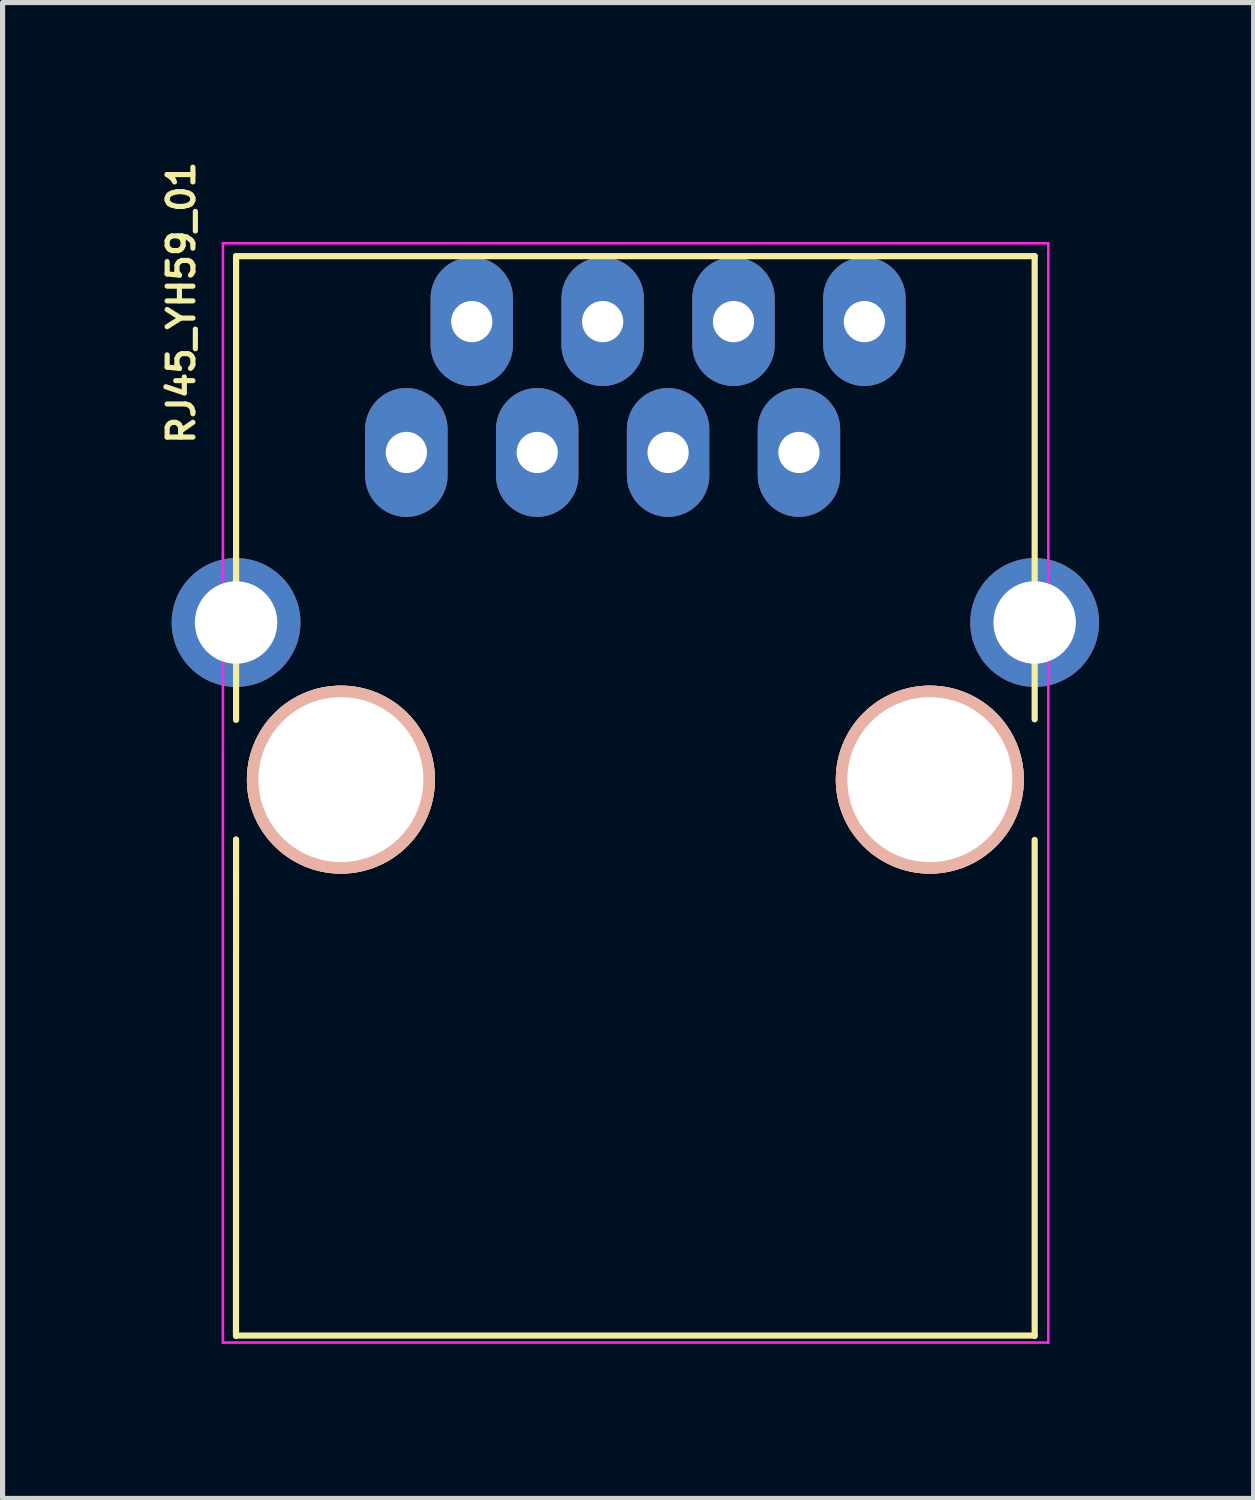
<source format=kicad_pcb>
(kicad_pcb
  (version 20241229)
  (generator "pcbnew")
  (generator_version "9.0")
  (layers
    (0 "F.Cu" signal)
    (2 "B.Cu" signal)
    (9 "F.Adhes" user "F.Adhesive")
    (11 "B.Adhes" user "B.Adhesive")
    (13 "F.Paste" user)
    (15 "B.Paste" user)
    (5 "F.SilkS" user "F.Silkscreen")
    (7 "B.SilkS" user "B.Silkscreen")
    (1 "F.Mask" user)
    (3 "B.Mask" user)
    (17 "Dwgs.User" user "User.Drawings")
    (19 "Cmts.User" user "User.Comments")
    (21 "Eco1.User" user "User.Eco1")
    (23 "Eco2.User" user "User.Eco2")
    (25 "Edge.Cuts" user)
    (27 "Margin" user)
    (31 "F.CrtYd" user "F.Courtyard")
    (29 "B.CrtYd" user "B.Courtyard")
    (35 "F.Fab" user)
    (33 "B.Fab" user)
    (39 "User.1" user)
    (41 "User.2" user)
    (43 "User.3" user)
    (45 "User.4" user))
  (footprint "RJ45_YH59_01"
    (layer "F.Cu")
    (at 4.832 5.736)
    (property "Reference" "RJ45_YH59_01" (at -4.364 -2.91 270) (layer "F.SilkS") (effects (font (size 0.5 0.5) (thickness 0.1))))
    (attr through_hole)
    (fp_line (start -3.3 -3.814) (end -3.3 5.186) (stroke (width 0.12) (type solid)) (layer "F.SilkS"))
    (fp_line (start -3.3 7.506) (end -3.302 17.145) (stroke (width 0.12) (type solid)) (layer "F.SilkS"))
    (fp_line (start -3.3 17.136) (end 12.2 17.136) (stroke (width 0.12) (type solid)) (layer "F.SilkS"))
    (fp_line (start 12.2 -3.814) (end -3.3 -3.814) (stroke (width 0.12) (type solid)) (layer "F.SilkS"))
    (fp_line (start 12.2 -3.814) (end 12.2 5.176) (stroke (width 0.12) (type solid)) (layer "F.SilkS"))
    (fp_line (start 12.2 7.516) (end 12.2 17.145) (stroke (width 0.12) (type solid)) (layer "F.SilkS"))
    (fp_line (start -3.555 -4.064) (end -3.556 17.272) (stroke (width 0.05) (type solid)) (layer "F.CrtYd"))
    (fp_line (start -3.555 -4.064) (end 12.465 -4.064) (stroke (width 0.05) (type solid)) (layer "F.CrtYd"))
    (fp_line (start 12.464 17.272) (end -3.556 17.272) (stroke (width 0.05) (type solid)) (layer "F.CrtYd"))
    (fp_line (start 12.465 17.272) (end 12.465 -4.064) (stroke (width 0.05) (type solid)) (layer "F.CrtYd"))
    (pad "" np_thru_hole circle (at -1.265 6.346) (size 3.65 3.65) (drill 3.2) (layers "*.Cu" "*.SilkS" "*.Mask"))
    (pad "" np_thru_hole circle (at 10.165 6.346) (size 3.65 3.65) (drill 3.2) (layers "*.Cu" "*.SilkS" "*.Mask"))
    (pad "1" thru_hole oval (at 0.005 -0.004) (size 1.6 2.5) (drill 0.8) (layers "*.Cu" "*.Mask"))
    (pad "2" thru_hole oval (at 1.275 -2.544) (size 1.6 2.5) (drill 0.8) (layers "*.Cu" "*.Mask"))
    (pad "3" thru_hole oval (at 2.545 -0.004) (size 1.6 2.5) (drill 0.8) (layers "*.Cu" "*.Mask"))
    (pad "4" thru_hole oval (at 3.815 -2.544) (size 1.6 2.5) (drill 0.8) (layers "*.Cu" "*.Mask"))
    (pad "5" thru_hole oval (at 5.085 -0.004) (size 1.6 2.5) (drill 0.8) (layers "*.Cu" "*.Mask"))
    (pad "6" thru_hole oval (at 6.355 -2.544) (size 1.6 2.5) (drill 0.8) (layers "*.Cu" "*.Mask"))
    (pad "7" thru_hole oval (at 7.625 -0.004) (size 1.6 2.5) (drill 0.8) (layers "*.Cu" "*.Mask"))
    (pad "8" thru_hole oval (at 8.895 -2.544) (size 1.6 2.5) (drill 0.8) (layers "*.Cu" "*.Mask"))
    (pad "9" thru_hole circle (at -3.3 3.296) (size 2.5 2.5) (drill 1.6) (layers "*.Cu" "*.Mask"))
    (pad "9" thru_hole circle (at 12.2 3.296) (size 2.5 2.5) (drill 1.6) (layers "*.Cu" "*.Mask")))
  (gr_rect
    (start -3 -3)
    (end 21.282 26.033)
    (stroke (width 0.1) (type default))
    (fill no)
    (layer "Edge.Cuts")))
</source>
